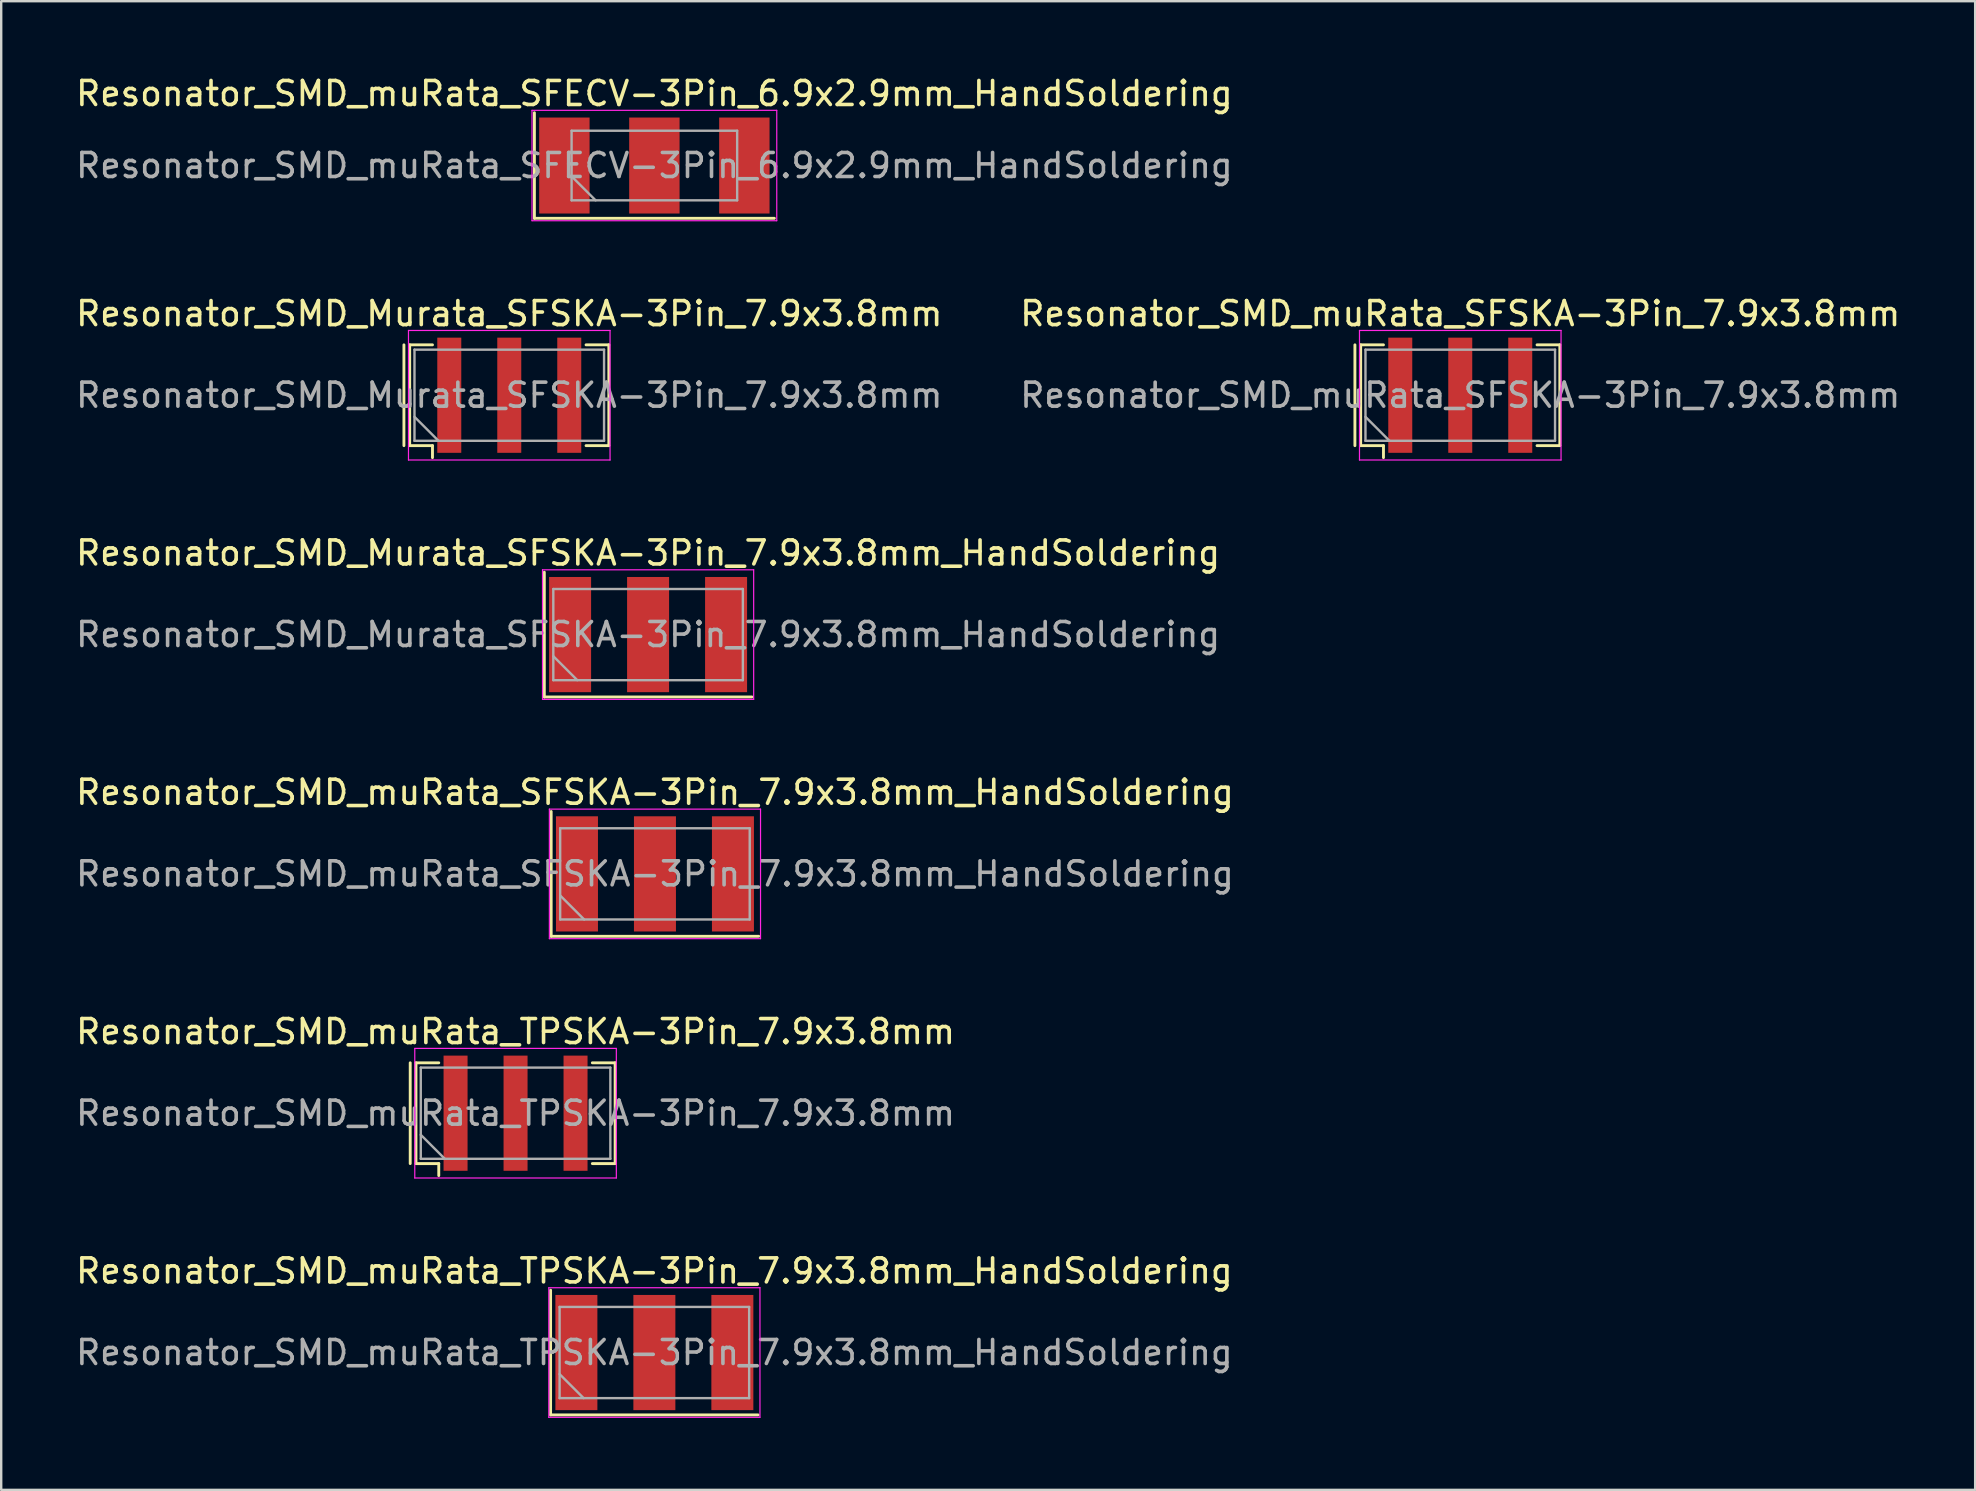
<source format=kicad_pcb>
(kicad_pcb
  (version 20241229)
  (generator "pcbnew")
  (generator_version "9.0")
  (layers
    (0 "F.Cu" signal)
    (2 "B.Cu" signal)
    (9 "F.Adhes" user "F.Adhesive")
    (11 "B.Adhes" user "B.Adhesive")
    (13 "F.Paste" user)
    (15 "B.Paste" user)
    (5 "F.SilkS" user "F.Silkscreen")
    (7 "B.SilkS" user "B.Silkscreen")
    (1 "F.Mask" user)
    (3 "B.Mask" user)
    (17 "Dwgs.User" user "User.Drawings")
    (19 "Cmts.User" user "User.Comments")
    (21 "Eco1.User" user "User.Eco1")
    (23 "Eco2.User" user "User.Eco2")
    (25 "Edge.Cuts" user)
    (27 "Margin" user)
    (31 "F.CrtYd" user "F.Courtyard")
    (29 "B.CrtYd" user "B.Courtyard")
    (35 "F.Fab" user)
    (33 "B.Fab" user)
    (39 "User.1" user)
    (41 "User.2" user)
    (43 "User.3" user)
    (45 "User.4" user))
  (footprint "Resonator_SMD_muRata_SFSKA-3Pin_7.9x3.8mm_HandSoldering"
    (layer "F.Cu")
    (at 24.244 33.368)
    (property "Reference" "Resonator_SMD_muRata_SFSKA-3Pin_7.9x3.8mm_HandSoldering" (at 0 -3.4 0) (layer "F.SilkS") (effects (font (size 1 1) (thickness 0.15))))
    (attr smd)
    (fp_line (start -4.325 -2.6) (end -4.325 2.6) (stroke (width 0.12) (type solid)) (layer "F.SilkS"))
    (fp_line (start -4.325 2.6) (end 4.325 2.6) (stroke (width 0.12) (type solid)) (layer "F.SilkS"))
    (fp_line (start -4.4 -2.7) (end -4.4 2.7) (stroke (width 0.05) (type solid)) (layer "F.CrtYd"))
    (fp_line (start -4.4 2.7) (end 4.4 2.7) (stroke (width 0.05) (type solid)) (layer "F.CrtYd"))
    (fp_line (start 4.4 -2.7) (end -4.4 -2.7) (stroke (width 0.05) (type solid)) (layer "F.CrtYd"))
    (fp_line (start 4.4 2.7) (end 4.4 -2.7) (stroke (width 0.05) (type solid)) (layer "F.CrtYd"))
    (fp_line (start -3.95 -1.9) (end -3.95 1.9) (stroke (width 0.1) (type solid)) (layer "F.Fab"))
    (fp_line (start -3.95 0.9) (end -2.95 1.9) (stroke (width 0.1) (type solid)) (layer "F.Fab"))
    (fp_line (start -3.95 1.9) (end 3.95 1.9) (stroke (width 0.1) (type solid)) (layer "F.Fab"))
    (fp_line (start 3.95 -1.9) (end -3.95 -1.9) (stroke (width 0.1) (type solid)) (layer "F.Fab"))
    (fp_line (start 3.95 1.9) (end 3.95 -1.9) (stroke (width 0.1) (type solid)) (layer "F.Fab"))
    (fp_text user "${REFERENCE}" (at 0 0 0) (layer "F.Fab") (effects (font (size 1 1) (thickness 0.15))))
    (pad "1" smd rect (at -3.25 0) (size 1.75 4.8) (layers "F.Cu" "F.Mask" "F.Paste"))
    (pad "2" smd rect (at 0 0) (size 1.75 4.8) (layers "F.Cu" "F.Mask" "F.Paste"))
    (pad "3" smd rect (at 3.25 0) (size 1.75 4.8) (layers "F.Cu" "F.Mask" "F.Paste")))
  (footprint "Resonator_SMD_Murata_SFSKA-3Pin_7.9x3.8mm_HandSoldering"
    (layer "F.Cu")
    (at 23.958 23.395)
    (property "Reference" "Resonator_SMD_Murata_SFSKA-3Pin_7.9x3.8mm_HandSoldering" (at 0 -3.4 0) (layer "F.SilkS") (effects (font (size 1 1) (thickness 0.15))))
    (attr smd)
    (fp_line (start -4.325 -2.6) (end -4.325 2.6) (stroke (width 0.12) (type solid)) (layer "F.SilkS"))
    (fp_line (start -4.325 2.6) (end 4.325 2.6) (stroke (width 0.12) (type solid)) (layer "F.SilkS"))
    (fp_line (start -4.4 -2.7) (end -4.4 2.7) (stroke (width 0.05) (type solid)) (layer "F.CrtYd"))
    (fp_line (start -4.4 2.7) (end 4.4 2.7) (stroke (width 0.05) (type solid)) (layer "F.CrtYd"))
    (fp_line (start 4.4 -2.7) (end -4.4 -2.7) (stroke (width 0.05) (type solid)) (layer "F.CrtYd"))
    (fp_line (start 4.4 2.7) (end 4.4 -2.7) (stroke (width 0.05) (type solid)) (layer "F.CrtYd"))
    (fp_line (start -3.95 -1.9) (end -3.95 1.9) (stroke (width 0.1) (type solid)) (layer "F.Fab"))
    (fp_line (start -3.95 0.9) (end -2.95 1.9) (stroke (width 0.1) (type solid)) (layer "F.Fab"))
    (fp_line (start -3.95 1.9) (end 3.95 1.9) (stroke (width 0.1) (type solid)) (layer "F.Fab"))
    (fp_line (start 3.95 -1.9) (end -3.95 -1.9) (stroke (width 0.1) (type solid)) (layer "F.Fab"))
    (fp_line (start 3.95 1.9) (end 3.95 -1.9) (stroke (width 0.1) (type solid)) (layer "F.Fab"))
    (fp_text user "${REFERENCE}" (at 0 0 0) (layer "F.Fab") (effects (font (size 1 1) (thickness 0.15))))
    (pad "1" smd rect (at -3.25 0) (size 1.75 4.8) (layers "F.Cu" "F.Mask" "F.Paste"))
    (pad "2" smd rect (at 0 0) (size 1.75 4.8) (layers "F.Cu" "F.Mask" "F.Paste"))
    (pad "3" smd rect (at 3.25 0) (size 1.75 4.8) (layers "F.Cu" "F.Mask" "F.Paste")))
  (footprint "Resonator_SMD_muRata_TPSKA-3Pin_7.9x3.8mm_HandSoldering"
    (layer "F.Cu")
    (at 24.22 53.315)
    (property "Reference" "Resonator_SMD_muRata_TPSKA-3Pin_7.9x3.8mm_HandSoldering" (at 0 -3.4 0) (layer "F.SilkS") (effects (font (size 1 1) (thickness 0.15))))
    (attr smd)
    (fp_line (start -4.325 -2.6) (end -4.325 2.6) (stroke (width 0.12) (type solid)) (layer "F.SilkS"))
    (fp_line (start -4.325 2.6) (end 4.325 2.6) (stroke (width 0.12) (type solid)) (layer "F.SilkS"))
    (fp_line (start -4.4 -2.7) (end -4.4 2.7) (stroke (width 0.05) (type solid)) (layer "F.CrtYd"))
    (fp_line (start -4.4 2.7) (end 4.4 2.7) (stroke (width 0.05) (type solid)) (layer "F.CrtYd"))
    (fp_line (start 4.4 -2.7) (end -4.4 -2.7) (stroke (width 0.05) (type solid)) (layer "F.CrtYd"))
    (fp_line (start 4.4 2.7) (end 4.4 -2.7) (stroke (width 0.05) (type solid)) (layer "F.CrtYd"))
    (fp_line (start -3.95 -1.9) (end -3.95 1.9) (stroke (width 0.1) (type solid)) (layer "F.Fab"))
    (fp_line (start -3.95 0.9) (end -2.95 1.9) (stroke (width 0.1) (type solid)) (layer "F.Fab"))
    (fp_line (start -3.95 1.9) (end 3.95 1.9) (stroke (width 0.1) (type solid)) (layer "F.Fab"))
    (fp_line (start 3.95 -1.9) (end -3.95 -1.9) (stroke (width 0.1) (type solid)) (layer "F.Fab"))
    (fp_line (start 3.95 1.9) (end 3.95 -1.9) (stroke (width 0.1) (type solid)) (layer "F.Fab"))
    (fp_text user "${REFERENCE}" (at 0 0 0) (layer "F.Fab") (effects (font (size 1 1) (thickness 0.15))))
    (pad "1" smd rect (at -3.25 0) (size 1.75 4.8) (layers "F.Cu" "F.Mask" "F.Paste"))
    (pad "2" smd rect (at 0 0) (size 1.75 4.8) (layers "F.Cu" "F.Mask" "F.Paste"))
    (pad "3" smd rect (at 3.25 0) (size 1.75 4.8) (layers "F.Cu" "F.Mask" "F.Paste")))
  (footprint "Resonator_SMD_muRata_SFSKA-3Pin_7.9x3.8mm"
    (layer "F.Cu")
    (at 57.804 13.421)
    (property "Reference" "Resonator_SMD_muRata_SFSKA-3Pin_7.9x3.8mm" (at 0 -3.4 0) (layer "F.SilkS") (effects (font (size 1 1) (thickness 0.15))))
    (attr smd)
    (fp_line (start -4.39 -2.1) (end -4.39 2.1) (stroke (width 0.12) (type solid)) (layer "F.SilkS"))
    (fp_line (start -4.15 -2.1) (end -3.2 -2.1) (stroke (width 0.12) (type solid)) (layer "F.SilkS"))
    (fp_line (start -4.15 2.1) (end -4.15 -2.1) (stroke (width 0.12) (type solid)) (layer "F.SilkS"))
    (fp_line (start -3.2 2.1) (end -4.15 2.1) (stroke (width 0.12) (type solid)) (layer "F.SilkS"))
    (fp_line (start -3.2 2.6) (end -3.2 2.1) (stroke (width 0.12) (type solid)) (layer "F.SilkS"))
    (fp_line (start 3.2 -2.1) (end 4.15 -2.1) (stroke (width 0.12) (type solid)) (layer "F.SilkS"))
    (fp_line (start 4.15 -2.1) (end 4.15 2.1) (stroke (width 0.12) (type solid)) (layer "F.SilkS"))
    (fp_line (start 4.15 2.1) (end 3.2 2.1) (stroke (width 0.12) (type solid)) (layer "F.SilkS"))
    (fp_line (start -4.2 -2.7) (end -4.2 2.7) (stroke (width 0.05) (type solid)) (layer "F.CrtYd"))
    (fp_line (start -4.2 2.7) (end 4.2 2.7) (stroke (width 0.05) (type solid)) (layer "F.CrtYd"))
    (fp_line (start 4.2 -2.7) (end -4.2 -2.7) (stroke (width 0.05) (type solid)) (layer "F.CrtYd"))
    (fp_line (start 4.2 2.7) (end 4.2 -2.7) (stroke (width 0.05) (type solid)) (layer "F.CrtYd"))
    (fp_line (start -3.95 -1.9) (end -3.95 1.9) (stroke (width 0.1) (type solid)) (layer "F.Fab"))
    (fp_line (start -3.95 0.9) (end -2.95 1.9) (stroke (width 0.1) (type solid)) (layer "F.Fab"))
    (fp_line (start -3.95 1.9) (end 3.95 1.9) (stroke (width 0.1) (type solid)) (layer "F.Fab"))
    (fp_line (start 3.95 -1.9) (end -3.95 -1.9) (stroke (width 0.1) (type solid)) (layer "F.Fab"))
    (fp_line (start 3.95 1.9) (end 3.95 -1.9) (stroke (width 0.1) (type solid)) (layer "F.Fab"))
    (fp_text user "${REFERENCE}" (at 0 0 0) (layer "F.Fab") (effects (font (size 1 1) (thickness 0.15))))
    (pad "1" smd rect (at -2.5 0) (size 1 4.8) (layers "F.Cu" "F.Mask" "F.Paste"))
    (pad "2" smd rect (at 0 0) (size 1 4.8) (layers "F.Cu" "F.Mask" "F.Paste"))
    (pad "3" smd rect (at 2.5 0) (size 1 4.8) (layers "F.Cu" "F.Mask" "F.Paste")))
  (footprint "Resonator_SMD_Murata_SFSKA-3Pin_7.9x3.8mm"
    (layer "F.Cu")
    (at 18.173 13.421)
    (property "Reference" "Resonator_SMD_Murata_SFSKA-3Pin_7.9x3.8mm" (at 0 -3.4 0) (layer "F.SilkS") (effects (font (size 1 1) (thickness 0.15))))
    (attr smd)
    (fp_line (start -4.39 -2.1) (end -4.39 2.1) (stroke (width 0.12) (type solid)) (layer "F.SilkS"))
    (fp_line (start -4.15 -2.1) (end -3.2 -2.1) (stroke (width 0.12) (type solid)) (layer "F.SilkS"))
    (fp_line (start -4.15 2.1) (end -4.15 -2.1) (stroke (width 0.12) (type solid)) (layer "F.SilkS"))
    (fp_line (start -3.2 2.1) (end -4.15 2.1) (stroke (width 0.12) (type solid)) (layer "F.SilkS"))
    (fp_line (start -3.2 2.6) (end -3.2 2.1) (stroke (width 0.12) (type solid)) (layer "F.SilkS"))
    (fp_line (start 3.2 -2.1) (end 4.15 -2.1) (stroke (width 0.12) (type solid)) (layer "F.SilkS"))
    (fp_line (start 4.15 -2.1) (end 4.15 2.1) (stroke (width 0.12) (type solid)) (layer "F.SilkS"))
    (fp_line (start 4.15 2.1) (end 3.2 2.1) (stroke (width 0.12) (type solid)) (layer "F.SilkS"))
    (fp_line (start -4.2 -2.7) (end -4.2 2.7) (stroke (width 0.05) (type solid)) (layer "F.CrtYd"))
    (fp_line (start -4.2 2.7) (end 4.2 2.7) (stroke (width 0.05) (type solid)) (layer "F.CrtYd"))
    (fp_line (start 4.2 -2.7) (end -4.2 -2.7) (stroke (width 0.05) (type solid)) (layer "F.CrtYd"))
    (fp_line (start 4.2 2.7) (end 4.2 -2.7) (stroke (width 0.05) (type solid)) (layer "F.CrtYd"))
    (fp_line (start -3.95 -1.9) (end -3.95 1.9) (stroke (width 0.1) (type solid)) (layer "F.Fab"))
    (fp_line (start -3.95 0.9) (end -2.95 1.9) (stroke (width 0.1) (type solid)) (layer "F.Fab"))
    (fp_line (start -3.95 1.9) (end 3.95 1.9) (stroke (width 0.1) (type solid)) (layer "F.Fab"))
    (fp_line (start 3.95 -1.9) (end -3.95 -1.9) (stroke (width 0.1) (type solid)) (layer "F.Fab"))
    (fp_line (start 3.95 1.9) (end 3.95 -1.9) (stroke (width 0.1) (type solid)) (layer "F.Fab"))
    (fp_text user "${REFERENCE}" (at 0 0 0) (layer "F.Fab") (effects (font (size 1 1) (thickness 0.15))))
    (pad "1" smd rect (at -2.5 0) (size 1 4.8) (layers "F.Cu" "F.Mask" "F.Paste"))
    (pad "2" smd rect (at 0 0) (size 1 4.8) (layers "F.Cu" "F.Mask" "F.Paste"))
    (pad "3" smd rect (at 2.5 0) (size 1 4.8) (layers "F.Cu" "F.Mask" "F.Paste")))
  (footprint "Resonator_SMD_muRata_TPSKA-3Pin_7.9x3.8mm"
    (layer "F.Cu")
    (at 18.435 43.341)
    (property "Reference" "Resonator_SMD_muRata_TPSKA-3Pin_7.9x3.8mm" (at 0 -3.4 0) (layer "F.SilkS") (effects (font (size 1 1) (thickness 0.15))))
    (attr smd)
    (fp_line (start -4.39 -2.1) (end -4.39 2.1) (stroke (width 0.12) (type solid)) (layer "F.SilkS"))
    (fp_line (start -4.15 -2.1) (end -3.2 -2.1) (stroke (width 0.12) (type solid)) (layer "F.SilkS"))
    (fp_line (start -4.15 2.1) (end -4.15 -2.1) (stroke (width 0.12) (type solid)) (layer "F.SilkS"))
    (fp_line (start -3.2 2.1) (end -4.15 2.1) (stroke (width 0.12) (type solid)) (layer "F.SilkS"))
    (fp_line (start -3.2 2.6) (end -3.2 2.1) (stroke (width 0.12) (type solid)) (layer "F.SilkS"))
    (fp_line (start 3.2 -2.1) (end 4.15 -2.1) (stroke (width 0.12) (type solid)) (layer "F.SilkS"))
    (fp_line (start 4.15 -2.1) (end 4.15 2.1) (stroke (width 0.12) (type solid)) (layer "F.SilkS"))
    (fp_line (start 4.15 2.1) (end 3.2 2.1) (stroke (width 0.12) (type solid)) (layer "F.SilkS"))
    (fp_line (start -4.2 -2.7) (end -4.2 2.7) (stroke (width 0.05) (type solid)) (layer "F.CrtYd"))
    (fp_line (start -4.2 2.7) (end 4.2 2.7) (stroke (width 0.05) (type solid)) (layer "F.CrtYd"))
    (fp_line (start 4.2 -2.7) (end -4.2 -2.7) (stroke (width 0.05) (type solid)) (layer "F.CrtYd"))
    (fp_line (start 4.2 2.7) (end 4.2 -2.7) (stroke (width 0.05) (type solid)) (layer "F.CrtYd"))
    (fp_line (start -3.95 -1.9) (end -3.95 1.9) (stroke (width 0.1) (type solid)) (layer "F.Fab"))
    (fp_line (start -3.95 0.9) (end -2.95 1.9) (stroke (width 0.1) (type solid)) (layer "F.Fab"))
    (fp_line (start -3.95 1.9) (end 3.95 1.9) (stroke (width 0.1) (type solid)) (layer "F.Fab"))
    (fp_line (start 3.95 -1.9) (end -3.95 -1.9) (stroke (width 0.1) (type solid)) (layer "F.Fab"))
    (fp_line (start 3.95 1.9) (end 3.95 -1.9) (stroke (width 0.1) (type solid)) (layer "F.Fab"))
    (fp_text user "${REFERENCE}" (at 0 0 0) (layer "F.Fab") (effects (font (size 1 1) (thickness 0.15))))
    (pad "1" smd rect (at -2.5 0) (size 1 4.8) (layers "F.Cu" "F.Mask" "F.Paste"))
    (pad "2" smd rect (at 0 0) (size 1 4.8) (layers "F.Cu" "F.Mask" "F.Paste"))
    (pad "3" smd rect (at 2.5 0) (size 1 4.8) (layers "F.Cu" "F.Mask" "F.Paste")))
  (footprint "Resonator_SMD_muRata_SFECV-3Pin_6.9x2.9mm_HandSoldering"
    (layer "F.Cu")
    (at 24.22 3.848)
    (property "Reference" "Resonator_SMD_muRata_SFECV-3Pin_6.9x2.9mm_HandSoldering" (at 0 -3 0) (layer "F.SilkS") (effects (font (size 1 1) (thickness 0.15))))
    (attr smd)
    (fp_line (start -5 -2.2) (end -5 2.2) (stroke (width 0.12) (type solid)) (layer "F.SilkS"))
    (fp_line (start -5 2.2) (end 5 2.2) (stroke (width 0.12) (type solid)) (layer "F.SilkS"))
    (fp_line (start -5.1 -2.3) (end -5.1 2.3) (stroke (width 0.05) (type solid)) (layer "F.CrtYd"))
    (fp_line (start -5.1 2.3) (end 5.1 2.3) (stroke (width 0.05) (type solid)) (layer "F.CrtYd"))
    (fp_line (start 5.1 -2.3) (end -5.1 -2.3) (stroke (width 0.05) (type solid)) (layer "F.CrtYd"))
    (fp_line (start 5.1 2.3) (end 5.1 -2.3) (stroke (width 0.05) (type solid)) (layer "F.CrtYd"))
    (fp_line (start -3.45 -1.45) (end -3.45 1.45) (stroke (width 0.1) (type solid)) (layer "F.Fab"))
    (fp_line (start -3.45 0.45) (end -2.45 1.45) (stroke (width 0.1) (type solid)) (layer "F.Fab"))
    (fp_line (start -3.45 1.45) (end 3.45 1.45) (stroke (width 0.1) (type solid)) (layer "F.Fab"))
    (fp_line (start 3.45 -1.45) (end -3.45 -1.45) (stroke (width 0.1) (type solid)) (layer "F.Fab"))
    (fp_line (start 3.45 1.45) (end 3.45 -1.45) (stroke (width 0.1) (type solid)) (layer "F.Fab"))
    (fp_text user "${REFERENCE}" (at 0 0 0) (layer "F.Fab") (effects (font (size 1 1) (thickness 0.15))))
    (pad "1" smd rect (at -3.75 0) (size 2.1 4) (layers "F.Cu" "F.Mask" "F.Paste"))
    (pad "2" smd rect (at 0 0) (size 2.1 4) (layers "F.Cu" "F.Mask" "F.Paste"))
    (pad "3" smd rect (at 3.75 0) (size 2.1 4) (layers "F.Cu" "F.Mask" "F.Paste")))
  (gr_rect
    (start -3 -3)
    (end 79.262 59.039)
    (stroke (width 0.1) (type default))
    (fill no)
    (layer "Edge.Cuts")))
</source>
